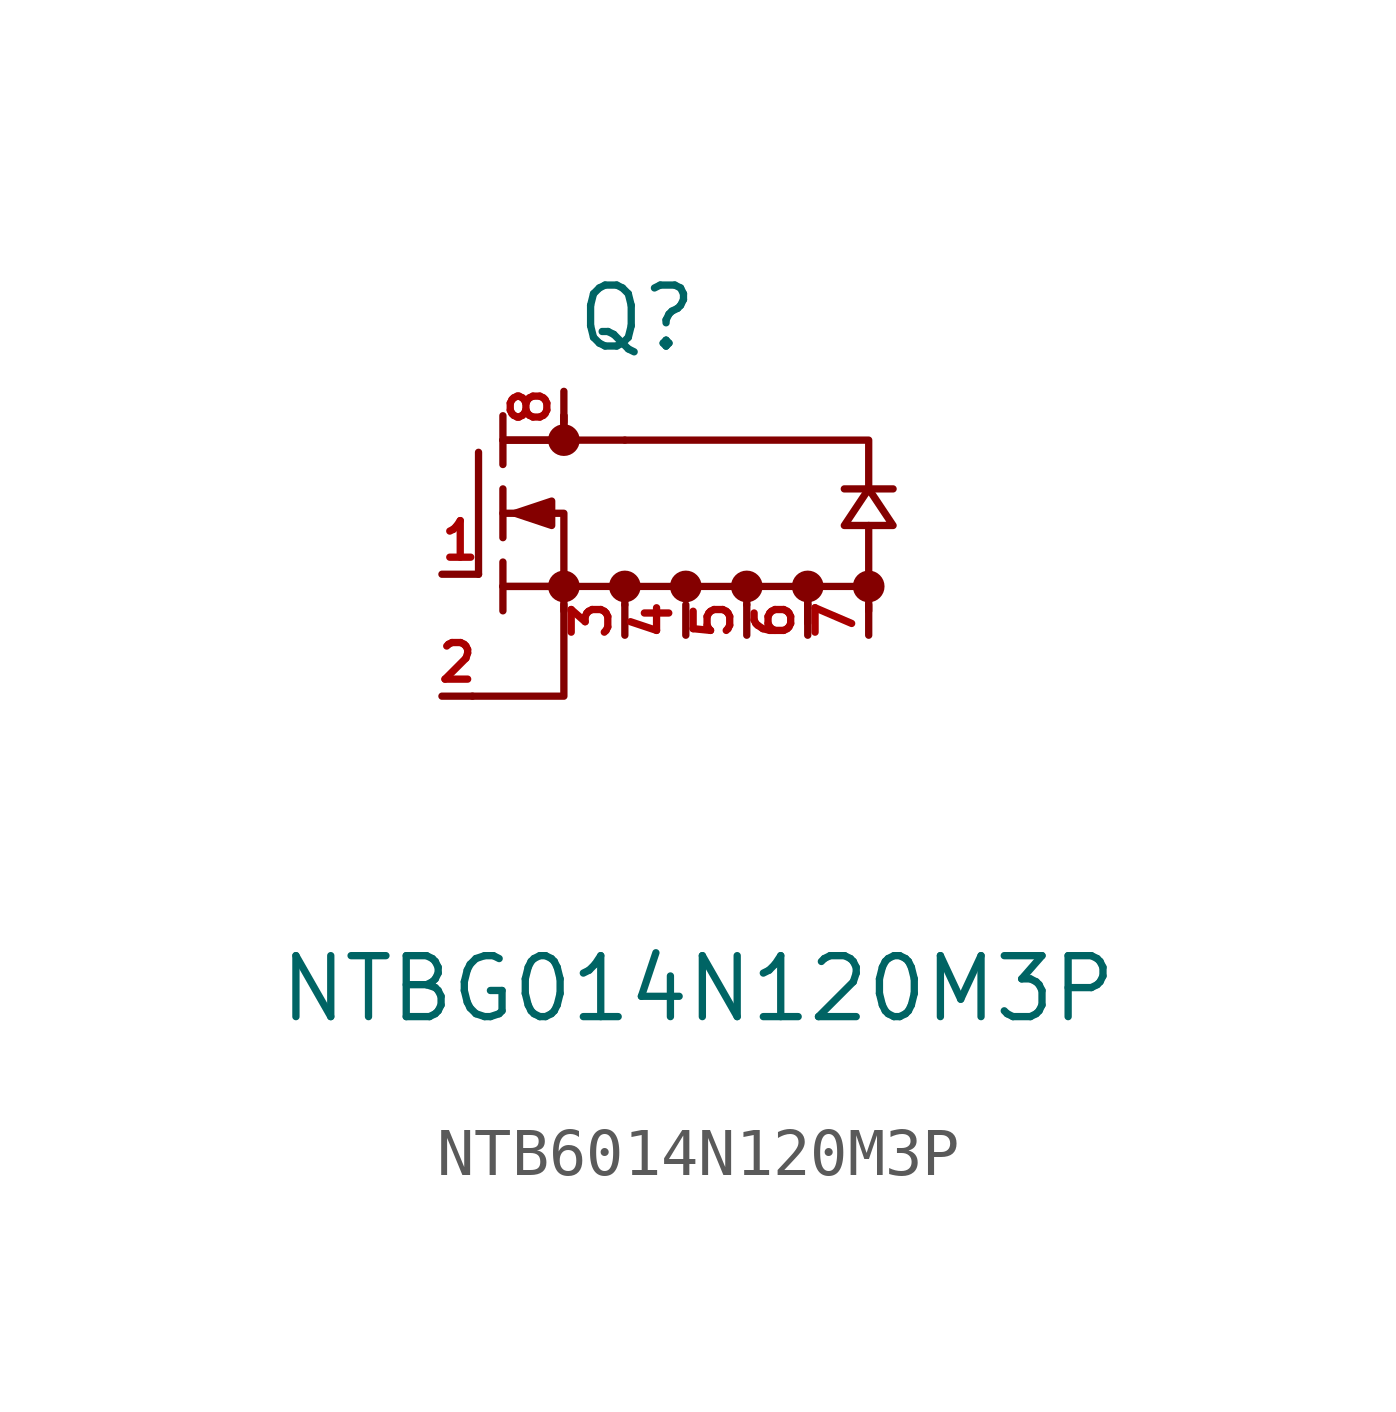
<source format=kicad_sym>
(kicad_symbol_lib
  (version 20231120)
  (generator "kicad_symbol_editor")
  (generator_version "8.0")
  (symbol "NTB6014N120M3P"
    (property "Reference" "Q"
      (at 0.254 4.064 0)
      (effects (font (size 1.27 1.27))))
    (property "Value" "NTBG014N120M3P"
      (at 1.524 -9.906 0)
      (effects (font (size 1.27 1.27))))
    (symbol "NTB6014N120M3P_0_0"
      (polyline (pts (xy -3.048 1.27) (xy -3.048 -1.27)) (stroke (width 0) (type default)) (fill (type none)))
      (polyline (pts (xy -2.54 -1.524) (xy -1.27 -1.524)) (stroke (width 0) (type default)) (fill (type none)))
      (polyline (pts (xy -2.54 -1.016) (xy -2.54 -2.032)) (stroke (width 0) (type default)) (fill (type none)))
      (polyline (pts (xy -2.54 -0.508) (xy -2.54 0.508)) (stroke (width 0) (type default)) (fill (type none)))
      (polyline (pts (xy -2.54 1.016) (xy -2.54 2.032)) (stroke (width 0) (type default)) (fill (type none)))
      (polyline (pts (xy -2.54 1.524) (xy -1.27 1.524) (xy -1.27 2.032)) (stroke (width 0) (type default)) (fill (type none)))
      (polyline (pts (xy -1.27 -2.032) (xy -1.27 0) (xy -2.54 0)) (stroke (width 0) (type default)) (fill (type none)))
      (polyline (pts (xy -2.286 0) (xy -1.524 -0.254) (xy -1.524 0) (xy -1.524 0.254) (xy -2.286 0)) (stroke (width 0) (type default)) (fill (type outline)))
      (text "" (at 5.08 -1.27 0) (effects (font (size 1.27 1.27)))))
    (symbol "NTB6014N120M3P_0_1"
      (circle (center -1.27 -1.524) (radius 0.254) (stroke (width 0) (type default)) (fill (type outline)))
      (circle (center -1.27 1.524) (radius 0.254) (stroke (width 0) (type default)) (fill (type outline)))
      (circle (center 0 -1.524) (radius 0.254) (stroke (width 0) (type default)) (fill (type outline)))
      (polyline (pts (xy -2.54 -1.524) (xy -1.27 -1.524)) (stroke (width 0) (type default)) (fill (type none)))
      (polyline (pts (xy -1.27 1.524) (xy -1.27 1.524)) (stroke (width 0) (type default)) (fill (type none)))
      (polyline (pts (xy 0 -1.905) (xy 0 -1.524)) (stroke (width 0) (type default)) (fill (type none)))
      (polyline (pts (xy 0 1.524) (xy -1.27 1.524)) (stroke (width 0) (type default)) (fill (type none)))
      (polyline (pts (xy 2.54 -1.905) (xy 2.54 -1.524)) (stroke (width 0) (type default)) (fill (type none)))
      (polyline (pts (xy 3.81 -1.905) (xy 3.81 -1.524)) (stroke (width 0) (type default)) (fill (type none)))
      (polyline (pts (xy 3.81 -1.524) (xy 3.81 -1.524)) (stroke (width 0) (type default)) (fill (type none)))
      (polyline (pts (xy 4.572 0.508) (xy 5.588 0.508)) (stroke (width 0.152) (type default)) (fill (type none)))
      (polyline (pts (xy 5.08 -2.032) (xy 5.08 -1.524)) (stroke (width 0) (type default)) (fill (type none)))
      (polyline (pts (xy 5.08 -1.524) (xy 3.81 -1.524)) (stroke (width 0) (type default)) (fill (type none)))
      (polyline (pts (xy 5.08 -0.254) (xy 5.08 -1.524)) (stroke (width 0.152) (type default)) (fill (type none)))
      (polyline (pts (xy -3.175 -3.81) (xy -1.27 -3.81) (xy -1.27 -1.905)) (stroke (width 0) (type default)) (fill (type none)))
      (polyline (pts (xy -1.27 -1.524) (xy 3.81 -1.524) (xy 3.81 -2.286)) (stroke (width 0) (type default)) (fill (type none)))
      (polyline (pts (xy -1.27 2.032) (xy -1.27 1.524) (xy -2.54 1.524)) (stroke (width 0) (type default)) (fill (type none)))
      (polyline (pts (xy 0 1.524) (xy 5.08 1.524) (xy 5.08 0.508)) (stroke (width 0.152) (type default)) (fill (type none)))
      (polyline (pts (xy 4.572 -0.254) (xy 5.588 -0.254) (xy 5.08 0.508) (xy 4.572 -0.254)) (stroke (width 0.152) (type default)) (fill (type none)))
      (circle (center 1.27 -1.524) (radius 0.254) (stroke (width 0) (type default)) (fill (type outline)))
      (circle (center 2.54 -1.524) (radius 0.254) (stroke (width 0) (type default)) (fill (type outline)))
      (circle (center 3.81 -1.524) (radius 0.254) (stroke (width 0) (type default)) (fill (type outline)))
      (circle (center 5.08 -1.524) (radius 0.254) (stroke (width 0) (type default)) (fill (type outline))))
    (symbol "NTB6014N120M3P_1_1"
      (pin passive line (at -3.81 -1.27 0) (length 0.762) (name "" (effects (font (size 1.27 1.27)))) (number "1" (effects (font (size 0.762 0.762)))))
      (pin passive line (at -3.81 -3.81 0) (length 0.635) (name "" (effects (font (size 1.27 1.27)))) (number "2" (effects (font (size 0.762 0.762)))))
      (pin passive line (at 0 -2.54 90) (length 0.635) (name "" (effects (font (size 1.27 1.27)))) (number "3" (effects (font (size 0.762 0.762)))))
      (pin passive line (at 1.27 -2.54 90) (length 0.635) (name "" (effects (font (size 1.27 1.27)))) (number "4" (effects (font (size 0.762 0.762)))))
      (pin passive line (at 2.54 -2.54 90) (length 0.635) (name "" (effects (font (size 1.27 1.27)))) (number "5" (effects (font (size 0.762 0.762)))))
      (pin passive line (at 3.81 -2.54 90) (length 0.635) (name "" (effects (font (size 1.27 1.27)))) (number "6" (effects (font (size 0.762 0.762)))))
      (pin passive line (at 5.08 -2.54 90) (length 0.635) (name "" (effects (font (size 1.27 1.27)))) (number "7" (effects (font (size 0.762 0.762)))))
      (pin passive line (at -1.27 2.54 270) (length 0.635) (name "" (effects (font (size 1.27 1.27)))) (number "8" (effects (font (size 0.762 0.762))))))))
</source>
